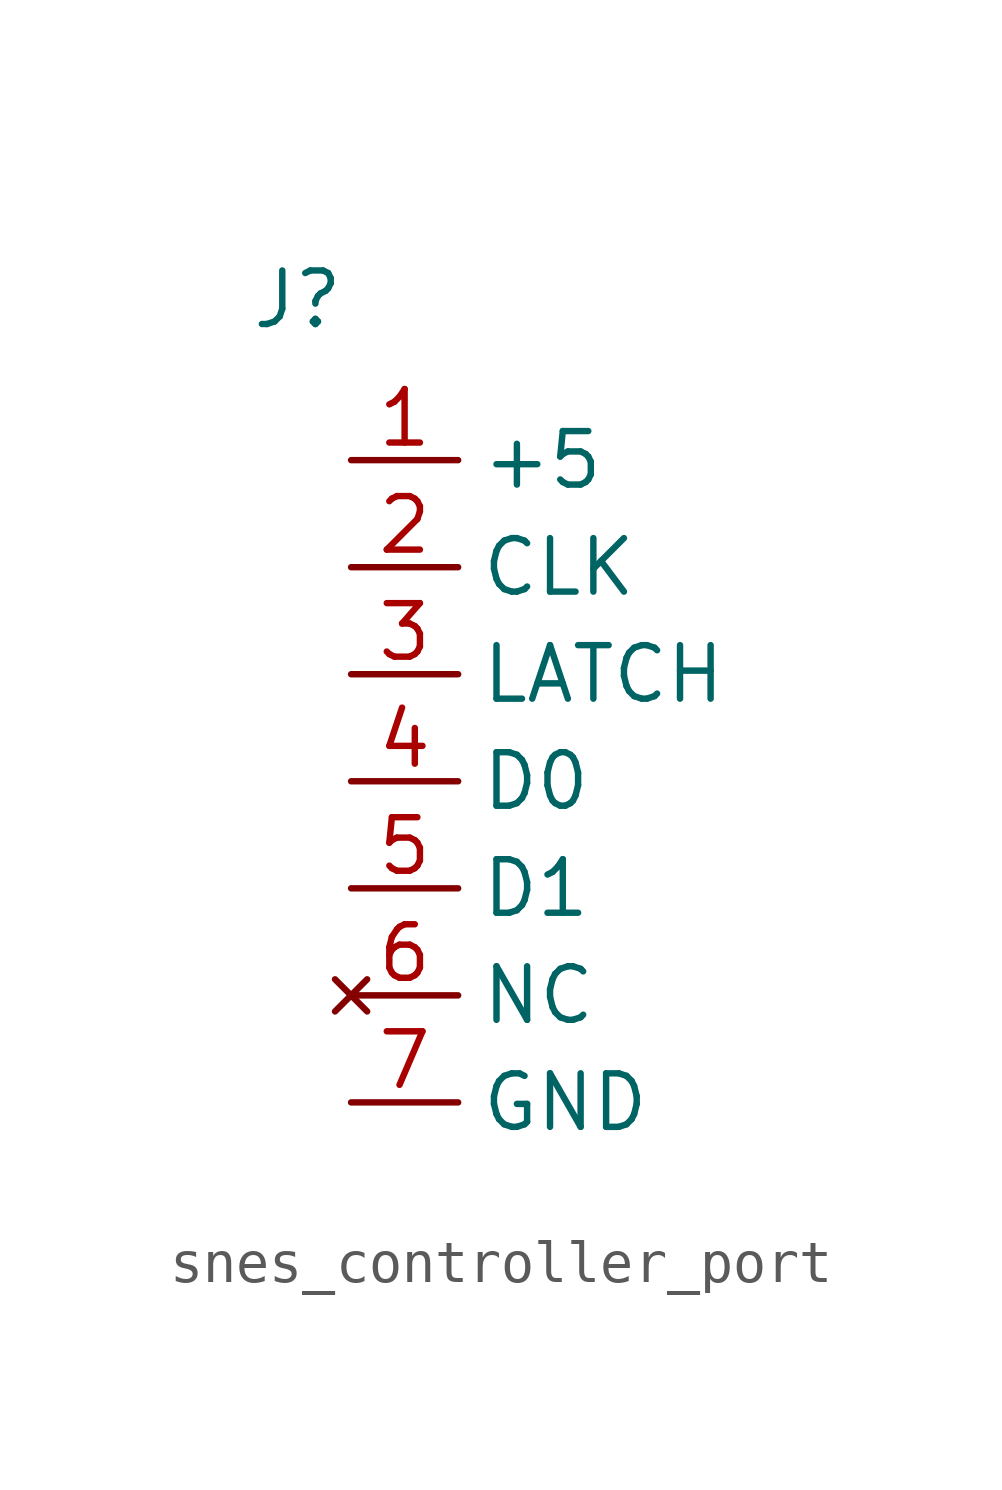
<source format=kicad_sym>
(kicad_symbol_lib
  (version 20220914)
  (generator kicad_symbol_editor)
  (symbol "snes_controller_port"
    (property "Reference" "J"
      (at 0 1.27 0)
      (effects (font (size 1.27 1.27))))
    (property "Value" ""
      (at 0 0 0)
      (effects (font (size 1.27 1.27))))
    (symbol "snes_controller_port_1_1"
      (pin power_in line (at 1.27 -2.54 0) (length 2.54) (name "+5" (effects (font (size 1.27 1.27)))) (number "1" (effects (font (size 1.27 1.27)))))
      (pin input line (at 1.27 -5.08 0) (length 2.54) (name "CLK" (effects (font (size 1.27 1.27)))) (number "2" (effects (font (size 1.27 1.27)))))
      (pin input line (at 1.27 -7.62 0) (length 2.54) (name "LATCH" (effects (font (size 1.27 1.27)))) (number "3" (effects (font (size 1.27 1.27)))))
      (pin output line (at 1.27 -10.16 0) (length 2.54) (name "D0" (effects (font (size 1.27 1.27)))) (number "4" (effects (font (size 1.27 1.27)))))
      (pin output line (at 1.27 -12.7 0) (length 2.54) (name "D1" (effects (font (size 1.27 1.27)))) (number "5" (effects (font (size 1.27 1.27)))))
      (pin no_connect line (at 1.27 -15.24 0) (length 2.54) (name "NC" (effects (font (size 1.27 1.27)))) (number "6" (effects (font (size 1.27 1.27)))))
      (pin power_in line (at 1.27 -17.78 0) (length 2.54) (name "GND" (effects (font (size 1.27 1.27)))) (number "7" (effects (font (size 1.27 1.27))))))))
</source>
